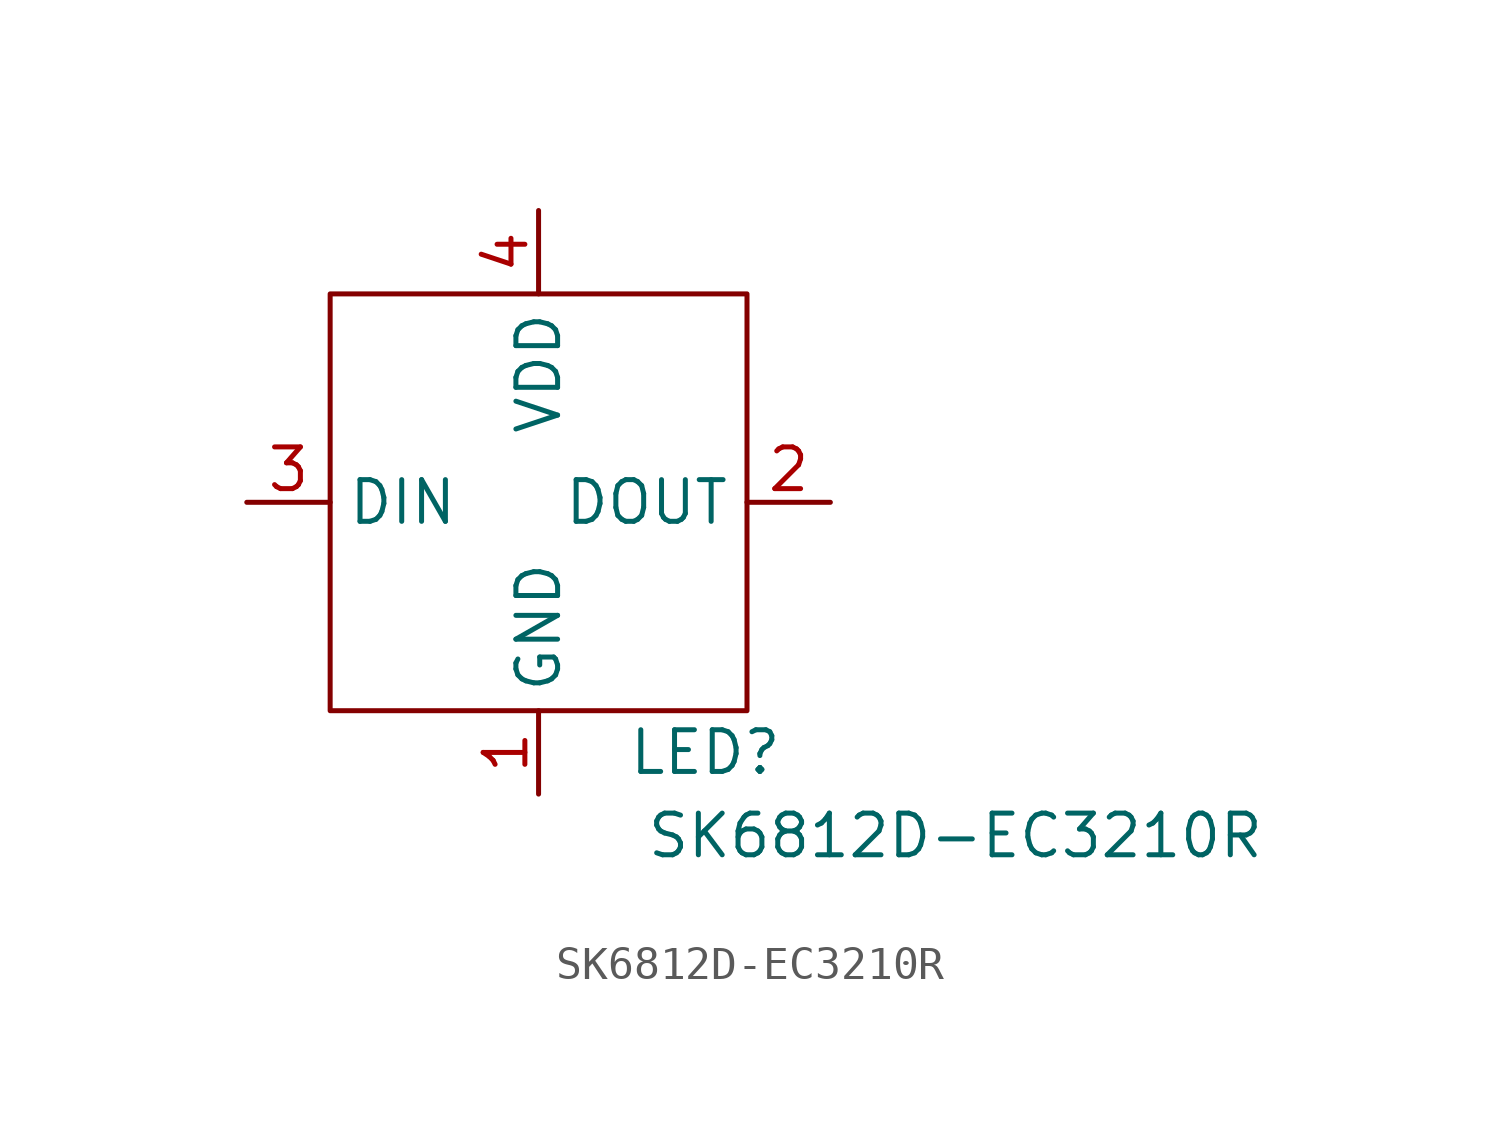
<source format=kicad_sym>
(kicad_symbol_lib
  (version 20211014)
  (generator kicad_symbol_editor)
  (symbol "SK6812D-EC3210R"
    (property "Reference" "LED"
      (at 5.08 -7.62 0)
      (effects (font (size 1.27 1.27))))
    (property "Value" "SK6812D-EC3210R"
      (at 12.7 -10.16 0)
      (effects (font (size 1.27 1.27))))
    (symbol "SK6812D-EC3210R_0_1"
      (rectangle (start -6.35 6.35) (end 6.35 -6.35) (stroke (width 0) (type default) (color 0 0 0 0)) (fill (type none))))
    (symbol "SK6812D-EC3210R_1_1"
      (pin power_in line (at 0 -8.89 90) (length 2.54) (name "GND" (effects (font (size 1.27 1.27)))) (number "1" (effects (font (size 1.27 1.27)))))
      (pin output line (at 8.89 0 180) (length 2.54) (name "DOUT" (effects (font (size 1.27 1.27)))) (number "2" (effects (font (size 1.27 1.27)))))
      (pin input line (at -8.89 0 0) (length 2.54) (name "DIN" (effects (font (size 1.27 1.27)))) (number "3" (effects (font (size 1.27 1.27)))))
      (pin power_in line (at 0 8.89 270) (length 2.54) (name "VDD" (effects (font (size 1.27 1.27)))) (number "4" (effects (font (size 1.27 1.27))))))))
</source>
